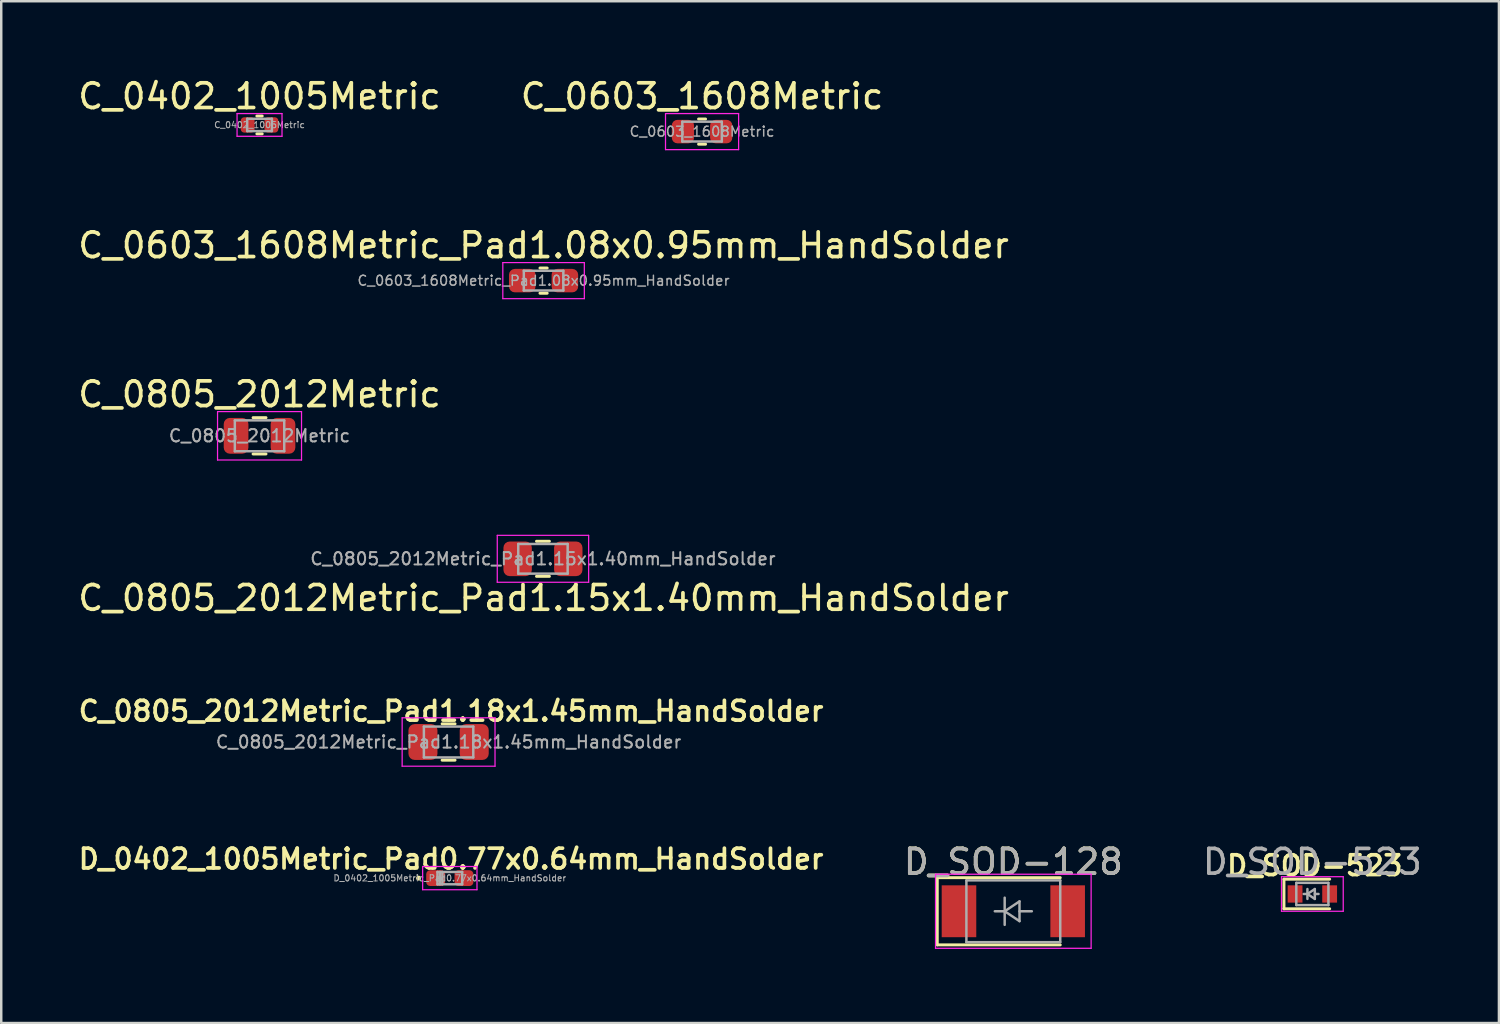
<source format=kicad_pcb>
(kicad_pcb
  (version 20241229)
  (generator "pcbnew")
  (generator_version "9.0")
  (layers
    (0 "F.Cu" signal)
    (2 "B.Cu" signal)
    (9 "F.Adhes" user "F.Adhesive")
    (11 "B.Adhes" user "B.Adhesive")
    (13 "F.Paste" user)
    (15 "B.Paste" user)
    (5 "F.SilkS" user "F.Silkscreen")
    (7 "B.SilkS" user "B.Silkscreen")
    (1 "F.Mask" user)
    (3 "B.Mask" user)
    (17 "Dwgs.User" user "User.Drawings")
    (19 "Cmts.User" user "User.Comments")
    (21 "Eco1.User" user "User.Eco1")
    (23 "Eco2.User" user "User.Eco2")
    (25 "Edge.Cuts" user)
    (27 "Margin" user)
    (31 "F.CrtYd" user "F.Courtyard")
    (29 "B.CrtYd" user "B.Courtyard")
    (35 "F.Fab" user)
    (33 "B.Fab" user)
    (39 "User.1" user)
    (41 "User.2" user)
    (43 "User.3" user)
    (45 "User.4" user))
  (footprint "D_SOD-128"
    (layer "F.Cu")
    (at 37.977 33.845)
    (property "Reference" "D_SOD-128" (at 0 -2 180) (layer "F.SilkS") (effects (font (size 1 1) (thickness 0.15))))
    (attr smd)
    (fp_line (start -3.08 -1.36) (end -3.08 1.36) (stroke (width 0.12) (type solid)) (layer "F.SilkS"))
    (fp_line (start -3.08 -1.36) (end 1.9 -1.36) (stroke (width 0.12) (type solid)) (layer "F.SilkS"))
    (fp_line (start -3.08 1.36) (end 1.9 1.36) (stroke (width 0.12) (type solid)) (layer "F.SilkS"))
    (fp_line (start -3.15 -1.5) (end -3.15 1.5) (stroke (width 0.05) (type solid)) (layer "F.CrtYd"))
    (fp_line (start -3.15 -1.5) (end 3.15 -1.5) (stroke (width 0.05) (type solid)) (layer "F.CrtYd"))
    (fp_line (start 3.15 -1.5) (end 3.15 1.5) (stroke (width 0.05) (type solid)) (layer "F.CrtYd"))
    (fp_line (start 3.15 1.5) (end -3.15 1.5) (stroke (width 0.05) (type solid)) (layer "F.CrtYd"))
    (fp_line (start -1.9 -1.25) (end 1.9 -1.25) (stroke (width 0.1) (type solid)) (layer "F.Fab"))
    (fp_line (start -1.9 1.25) (end -1.9 -1.25) (stroke (width 0.1) (type solid)) (layer "F.Fab"))
    (fp_line (start -0.75 0) (end -0.35 0) (stroke (width 0.1) (type solid)) (layer "F.Fab"))
    (fp_line (start -0.35 0) (end -0.35 -0.55) (stroke (width 0.1) (type solid)) (layer "F.Fab"))
    (fp_line (start -0.35 0) (end -0.35 0.55) (stroke (width 0.1) (type solid)) (layer "F.Fab"))
    (fp_line (start -0.35 0) (end 0.25 -0.4) (stroke (width 0.1) (type solid)) (layer "F.Fab"))
    (fp_line (start 0.25 -0.4) (end 0.25 0.4) (stroke (width 0.1) (type solid)) (layer "F.Fab"))
    (fp_line (start 0.25 0) (end 0.75 0) (stroke (width 0.1) (type solid)) (layer "F.Fab"))
    (fp_line (start 0.25 0.4) (end -0.35 0) (stroke (width 0.1) (type solid)) (layer "F.Fab"))
    (fp_line (start 1.9 -1.25) (end 1.9 1.25) (stroke (width 0.1) (type solid)) (layer "F.Fab"))
    (fp_line (start 1.9 1.25) (end -1.9 1.25) (stroke (width 0.1) (type solid)) (layer "F.Fab"))
    (fp_text user "${REFERENCE}" (at 0 -2 180) (layer "F.Fab") (effects (font (size 1 1) (thickness 0.15))))
    (pad "1" smd rect (at -2.2 0) (size 1.4 2.1) (layers "F.Cu" "F.Mask" "F.Paste"))
    (pad "2" smd rect (at 2.2 0) (size 1.4 2.1) (layers "F.Cu" "F.Mask" "F.Paste")))
  (footprint "C_0805_2012Metric"
    (layer "F.Cu")
    (at 7.458 14.595)
    (property "Reference" "C_0805_2012Metric" (at 0 -1.68 0) (layer "F.SilkS") (effects (font (size 1 1) (thickness 0.15))))
    (attr smd)
    (fp_line (start -0.261 -0.735) (end 0.261 -0.735) (stroke (width 0.12) (type solid)) (layer "F.SilkS"))
    (fp_line (start -0.261 0.735) (end 0.261 0.735) (stroke (width 0.12) (type solid)) (layer "F.SilkS"))
    (fp_line (start -1.7 -0.98) (end 1.7 -0.98) (stroke (width 0.05) (type solid)) (layer "F.CrtYd"))
    (fp_line (start -1.7 0.98) (end -1.7 -0.98) (stroke (width 0.05) (type solid)) (layer "F.CrtYd"))
    (fp_line (start 1.7 -0.98) (end 1.7 0.98) (stroke (width 0.05) (type solid)) (layer "F.CrtYd"))
    (fp_line (start 1.7 0.98) (end -1.7 0.98) (stroke (width 0.05) (type solid)) (layer "F.CrtYd"))
    (fp_line (start -1 -0.625) (end 1 -0.625) (stroke (width 0.1) (type solid)) (layer "F.Fab"))
    (fp_line (start -1 0.625) (end -1 -0.625) (stroke (width 0.1) (type solid)) (layer "F.Fab"))
    (fp_line (start 1 -0.625) (end 1 0.625) (stroke (width 0.1) (type solid)) (layer "F.Fab"))
    (fp_line (start 1 0.625) (end -1 0.625) (stroke (width 0.1) (type solid)) (layer "F.Fab"))
    (fp_text user "${REFERENCE}" (at 0 0 0) (layer "F.Fab") (effects (font (size 0.5 0.5) (thickness 0.08))))
    (pad "1" smd roundrect (at -0.95 0) (size 1 1.45) (layers "F.Cu" "F.Mask" "F.Paste") (roundrect_rratio 0.25))
    (pad "2" smd roundrect (at 0.95 0) (size 1 1.45) (layers "F.Cu" "F.Mask" "F.Paste") (roundrect_rratio 0.25)))
  (footprint "C_0402_1005Metric"
    (layer "F.Cu")
    (at 7.458 2.008)
    (property "Reference" "C_0402_1005Metric" (at 0 -1.16 0) (layer "F.SilkS") (effects (font (size 1 1) (thickness 0.15))))
    (attr smd)
    (fp_line (start -0.108 -0.36) (end 0.108 -0.36) (stroke (width 0.12) (type solid)) (layer "F.SilkS"))
    (fp_line (start -0.108 0.36) (end 0.108 0.36) (stroke (width 0.12) (type solid)) (layer "F.SilkS"))
    (fp_line (start -0.91 -0.46) (end 0.91 -0.46) (stroke (width 0.05) (type solid)) (layer "F.CrtYd"))
    (fp_line (start -0.91 0.46) (end -0.91 -0.46) (stroke (width 0.05) (type solid)) (layer "F.CrtYd"))
    (fp_line (start 0.91 -0.46) (end 0.91 0.46) (stroke (width 0.05) (type solid)) (layer "F.CrtYd"))
    (fp_line (start 0.91 0.46) (end -0.91 0.46) (stroke (width 0.05) (type solid)) (layer "F.CrtYd"))
    (fp_line (start -0.5 -0.25) (end 0.5 -0.25) (stroke (width 0.1) (type solid)) (layer "F.Fab"))
    (fp_line (start -0.5 0.25) (end -0.5 -0.25) (stroke (width 0.1) (type solid)) (layer "F.Fab"))
    (fp_line (start 0.5 -0.25) (end 0.5 0.25) (stroke (width 0.1) (type solid)) (layer "F.Fab"))
    (fp_line (start 0.5 0.25) (end -0.5 0.25) (stroke (width 0.1) (type solid)) (layer "F.Fab"))
    (fp_text user "${REFERENCE}" (at 0 0 0) (layer "F.Fab") (effects (font (size 0.25 0.25) (thickness 0.04))))
    (pad "1" smd roundrect (at -0.48 0) (size 0.56 0.62) (layers "F.Cu" "F.Mask" "F.Paste") (roundrect_rratio 0.25))
    (pad "2" smd roundrect (at 0.48 0) (size 0.56 0.62) (layers "F.Cu" "F.Mask" "F.Paste") (roundrect_rratio 0.25)))
  (footprint "D_SOD-523"
    (layer "F.Cu")
    (at 50.084 33.145)
    (property "Reference" "D_SOD-523" (at 0.1 -1.15 0) (layer "F.SilkS") (effects (font (size 0.8 0.8) (thickness 0.15))))
    (attr smd)
    (fp_line (start -1.15 -0.6) (end -1.15 0.6) (stroke (width 0.12) (type solid)) (layer "F.SilkS"))
    (fp_line (start 0.7 -0.6) (end -1.15 -0.6) (stroke (width 0.12) (type solid)) (layer "F.SilkS"))
    (fp_line (start 0.7 0.6) (end -1.15 0.6) (stroke (width 0.12) (type solid)) (layer "F.SilkS"))
    (fp_line (start -1.25 -0.7) (end 1.25 -0.7) (stroke (width 0.05) (type solid)) (layer "F.CrtYd"))
    (fp_line (start -1.25 0.7) (end -1.25 -0.7) (stroke (width 0.05) (type solid)) (layer "F.CrtYd"))
    (fp_line (start 1.25 -0.7) (end 1.25 0.7) (stroke (width 0.05) (type solid)) (layer "F.CrtYd"))
    (fp_line (start 1.25 0.7) (end -1.25 0.7) (stroke (width 0.05) (type solid)) (layer "F.CrtYd"))
    (fp_line (start -0.65 -0.45) (end 0.65 -0.45) (stroke (width 0.1) (type solid)) (layer "F.Fab"))
    (fp_line (start -0.65 0.45) (end -0.65 -0.45) (stroke (width 0.1) (type solid)) (layer "F.Fab"))
    (fp_line (start -0.2 0) (end -0.35 0) (stroke (width 0.1) (type solid)) (layer "F.Fab"))
    (fp_line (start -0.2 0) (end 0.1 0.2) (stroke (width 0.1) (type solid)) (layer "F.Fab"))
    (fp_line (start -0.2 0.2) (end -0.2 -0.2) (stroke (width 0.1) (type solid)) (layer "F.Fab"))
    (fp_line (start 0.1 -0.2) (end -0.2 0) (stroke (width 0.1) (type solid)) (layer "F.Fab"))
    (fp_line (start 0.1 0) (end 0.25 0) (stroke (width 0.1) (type solid)) (layer "F.Fab"))
    (fp_line (start 0.1 0.2) (end 0.1 -0.2) (stroke (width 0.1) (type solid)) (layer "F.Fab"))
    (fp_line (start 0.65 -0.45) (end 0.65 0.45) (stroke (width 0.1) (type solid)) (layer "F.Fab"))
    (fp_line (start 0.65 0.45) (end -0.65 0.45) (stroke (width 0.1) (type solid)) (layer "F.Fab"))
    (fp_text user "${REFERENCE}" (at 0 -1.3 0) (layer "F.Fab") (effects (font (size 1 1) (thickness 0.15))))
    (pad "1" smd rect (at -0.7 0 180) (size 0.6 0.7) (layers "F.Cu" "F.Mask" "F.Paste"))
    (pad "2" smd rect (at 0.7 0 180) (size 0.6 0.7) (layers "F.Cu" "F.Mask" "F.Paste")))
  (footprint "C_0805_2012Metric_Pad1.18x1.45mm_HandSolder"
    (layer "F.Cu")
    (at 15.112 26.992)
    (property "Reference" "C_0805_2012Metric_Pad1.18x1.45mm_HandSolder" (at 0.1 -1.25 180) (layer "F.SilkS") (effects (font (size 0.8 0.8) (thickness 0.15))))
    (attr smd)
    (fp_line (start -0.261 -0.735) (end 0.261 -0.735) (stroke (width 0.12) (type solid)) (layer "F.SilkS"))
    (fp_line (start -0.261 0.735) (end 0.261 0.735) (stroke (width 0.12) (type solid)) (layer "F.SilkS"))
    (fp_line (start -1.88 -0.98) (end 1.88 -0.98) (stroke (width 0.05) (type solid)) (layer "F.CrtYd"))
    (fp_line (start -1.88 0.98) (end -1.88 -0.98) (stroke (width 0.05) (type solid)) (layer "F.CrtYd"))
    (fp_line (start 1.88 -0.98) (end 1.88 0.98) (stroke (width 0.05) (type solid)) (layer "F.CrtYd"))
    (fp_line (start 1.88 0.98) (end -1.88 0.98) (stroke (width 0.05) (type solid)) (layer "F.CrtYd"))
    (fp_line (start -1 -0.625) (end 1 -0.625) (stroke (width 0.1) (type solid)) (layer "F.Fab"))
    (fp_line (start -1 0.625) (end -1 -0.625) (stroke (width 0.1) (type solid)) (layer "F.Fab"))
    (fp_line (start 1 -0.625) (end 1 0.625) (stroke (width 0.1) (type solid)) (layer "F.Fab"))
    (fp_line (start 1 0.625) (end -1 0.625) (stroke (width 0.1) (type solid)) (layer "F.Fab"))
    (fp_text user "${REFERENCE}" (at 0 0 180) (layer "F.Fab") (effects (font (size 0.5 0.5) (thickness 0.08))))
    (pad "1" smd roundrect (at -1.038 0) (size 1.175 1.45) (layers "F.Cu" "F.Mask" "F.Paste") (roundrect_rratio 0.213))
    (pad "2" smd roundrect (at 1.038 0) (size 1.175 1.45) (layers "F.Cu" "F.Mask" "F.Paste") (roundrect_rratio 0.213)))
  (footprint "C_0603_1608Metric_Pad1.08x0.95mm_HandSolder"
    (layer "F.Cu")
    (at 18.958 8.312)
    (property "Reference" "C_0603_1608Metric_Pad1.08x0.95mm_HandSolder" (at 0 -1.43 0) (layer "F.SilkS") (effects (font (size 1 1) (thickness 0.15))))
    (attr smd)
    (fp_line (start -0.146 -0.51) (end 0.146 -0.51) (stroke (width 0.12) (type solid)) (layer "F.SilkS"))
    (fp_line (start -0.146 0.51) (end 0.146 0.51) (stroke (width 0.12) (type solid)) (layer "F.SilkS"))
    (fp_line (start -1.65 -0.73) (end 1.65 -0.73) (stroke (width 0.05) (type solid)) (layer "F.CrtYd"))
    (fp_line (start -1.65 0.73) (end -1.65 -0.73) (stroke (width 0.05) (type solid)) (layer "F.CrtYd"))
    (fp_line (start 1.65 -0.73) (end 1.65 0.73) (stroke (width 0.05) (type solid)) (layer "F.CrtYd"))
    (fp_line (start 1.65 0.73) (end -1.65 0.73) (stroke (width 0.05) (type solid)) (layer "F.CrtYd"))
    (fp_line (start -0.8 -0.4) (end 0.8 -0.4) (stroke (width 0.1) (type solid)) (layer "F.Fab"))
    (fp_line (start -0.8 0.4) (end -0.8 -0.4) (stroke (width 0.1) (type solid)) (layer "F.Fab"))
    (fp_line (start 0.8 -0.4) (end 0.8 0.4) (stroke (width 0.1) (type solid)) (layer "F.Fab"))
    (fp_line (start 0.8 0.4) (end -0.8 0.4) (stroke (width 0.1) (type solid)) (layer "F.Fab"))
    (fp_text user "${REFERENCE}" (at 0 0 0) (layer "F.Fab") (effects (font (size 0.4 0.4) (thickness 0.06))))
    (pad "1" smd roundrect (at -0.863 0) (size 1.075 0.95) (layers "F.Cu" "F.Mask" "F.Paste") (roundrect_rratio 0.25))
    (pad "2" smd roundrect (at 0.863 0) (size 1.075 0.95) (layers "F.Cu" "F.Mask" "F.Paste") (roundrect_rratio 0.25)))
  (footprint "C_0805_2012Metric_Pad1.15x1.40mm_HandSolder"
    (layer "F.Cu")
    (at 18.933 19.575)
    (property "Reference" "C_0805_2012Metric_Pad1.15x1.40mm_HandSolder" (at 0.025 1.587 0) (layer "F.SilkS") (effects (font (size 1 1) (thickness 0.15))))
    (attr smd)
    (fp_line (start -0.261 -0.71) (end 0.261 -0.71) (stroke (width 0.12) (type solid)) (layer "F.SilkS"))
    (fp_line (start -0.261 0.71) (end 0.261 0.71) (stroke (width 0.12) (type solid)) (layer "F.SilkS"))
    (fp_line (start -1.85 -0.95) (end 1.85 -0.95) (stroke (width 0.05) (type solid)) (layer "F.CrtYd"))
    (fp_line (start -1.85 0.95) (end -1.85 -0.95) (stroke (width 0.05) (type solid)) (layer "F.CrtYd"))
    (fp_line (start 1.85 -0.95) (end 1.85 0.95) (stroke (width 0.05) (type solid)) (layer "F.CrtYd"))
    (fp_line (start 1.85 0.95) (end -1.85 0.95) (stroke (width 0.05) (type solid)) (layer "F.CrtYd"))
    (fp_line (start -1 -0.6) (end 1 -0.6) (stroke (width 0.1) (type solid)) (layer "F.Fab"))
    (fp_line (start -1 0.6) (end -1 -0.6) (stroke (width 0.1) (type solid)) (layer "F.Fab"))
    (fp_line (start 1 -0.6) (end 1 0.6) (stroke (width 0.1) (type solid)) (layer "F.Fab"))
    (fp_line (start 1 0.6) (end -1 0.6) (stroke (width 0.1) (type solid)) (layer "F.Fab"))
    (fp_text user "${REFERENCE}" (at 0 0 0) (layer "F.Fab") (effects (font (size 0.5 0.5) (thickness 0.08))))
    (pad "1" smd roundrect (at -1.025 0) (size 1.15 1.4) (layers "F.Cu" "F.Mask" "F.Paste") (roundrect_rratio 0.217))
    (pad "2" smd roundrect (at 1.025 0) (size 1.15 1.4) (layers "F.Cu" "F.Mask" "F.Paste") (roundrect_rratio 0.217)))
  (footprint "C_0603_1608Metric"
    (layer "F.Cu")
    (at 25.375 2.278)
    (property "Reference" "C_0603_1608Metric" (at 0 -1.43 180) (layer "F.SilkS") (effects (font (size 1 1) (thickness 0.15))))
    (attr smd)
    (fp_line (start -0.141 -0.51) (end 0.141 -0.51) (stroke (width 0.12) (type solid)) (layer "F.SilkS"))
    (fp_line (start -0.141 0.51) (end 0.141 0.51) (stroke (width 0.12) (type solid)) (layer "F.SilkS"))
    (fp_line (start -1.48 -0.73) (end 1.48 -0.73) (stroke (width 0.05) (type solid)) (layer "F.CrtYd"))
    (fp_line (start -1.48 0.73) (end -1.48 -0.73) (stroke (width 0.05) (type solid)) (layer "F.CrtYd"))
    (fp_line (start 1.48 -0.73) (end 1.48 0.73) (stroke (width 0.05) (type solid)) (layer "F.CrtYd"))
    (fp_line (start 1.48 0.73) (end -1.48 0.73) (stroke (width 0.05) (type solid)) (layer "F.CrtYd"))
    (fp_line (start -0.8 -0.4) (end 0.8 -0.4) (stroke (width 0.1) (type solid)) (layer "F.Fab"))
    (fp_line (start -0.8 0.4) (end -0.8 -0.4) (stroke (width 0.1) (type solid)) (layer "F.Fab"))
    (fp_line (start 0.8 -0.4) (end 0.8 0.4) (stroke (width 0.1) (type solid)) (layer "F.Fab"))
    (fp_line (start 0.8 0.4) (end -0.8 0.4) (stroke (width 0.1) (type solid)) (layer "F.Fab"))
    (fp_text user "${REFERENCE}" (at 0 0 180) (layer "F.Fab") (effects (font (size 0.4 0.4) (thickness 0.06))))
    (pad "1" smd roundrect (at -0.775 0) (size 0.9 0.95) (layers "F.Cu" "F.Mask" "F.Paste") (roundrect_rratio 0.25))
    (pad "2" smd roundrect (at 0.775 0) (size 0.9 0.95) (layers "F.Cu" "F.Mask" "F.Paste") (roundrect_rratio 0.25)))
  (footprint "D_0402_1005Metric_Pad0.77x0.64mm_HandSolder"
    (layer "F.Cu")
    (at 15.162 32.503)
    (property "Reference" "D_0402_1005Metric_Pad0.77x0.64mm_HandSolder" (at 0.05 -0.775 180) (layer "F.SilkS") (effects (font (size 0.8 0.8) (thickness 0.15))))
    (attr smd)
    (fp_circle (center -1.265 0) (end -1.215 0) (stroke (width 0.1) (type solid)) (fill no) (layer "F.SilkS"))
    (fp_line (start -1.1 -0.47) (end 1.1 -0.47) (stroke (width 0.05) (type solid)) (layer "F.CrtYd"))
    (fp_line (start -1.1 0.47) (end -1.1 -0.47) (stroke (width 0.05) (type solid)) (layer "F.CrtYd"))
    (fp_line (start 1.1 -0.47) (end 1.1 0.47) (stroke (width 0.05) (type solid)) (layer "F.CrtYd"))
    (fp_line (start 1.1 0.47) (end -1.1 0.47) (stroke (width 0.05) (type solid)) (layer "F.CrtYd"))
    (fp_line (start -0.5 -0.25) (end 0.5 -0.25) (stroke (width 0.1) (type solid)) (layer "F.Fab"))
    (fp_line (start -0.5 0.25) (end -0.5 -0.25) (stroke (width 0.1) (type solid)) (layer "F.Fab"))
    (fp_line (start -0.4 0.25) (end -0.4 -0.25) (stroke (width 0.1) (type solid)) (layer "F.Fab"))
    (fp_line (start -0.3 0.25) (end -0.3 -0.25) (stroke (width 0.1) (type solid)) (layer "F.Fab"))
    (fp_line (start 0.5 -0.25) (end 0.5 0.25) (stroke (width 0.1) (type solid)) (layer "F.Fab"))
    (fp_line (start 0.5 0.25) (end -0.5 0.25) (stroke (width 0.1) (type solid)) (layer "F.Fab"))
    (fp_text user "${REFERENCE}" (at 0 0 180) (layer "F.Fab") (effects (font (size 0.25 0.25) (thickness 0.04))))
    (pad "1" smd roundrect (at -0.573 0 180) (size 0.765 0.64) (layers "F.Cu" "F.Mask" "F.Paste") (roundrect_rratio 0.25))
    (pad "2" smd roundrect (at 0.573 0 180) (size 0.765 0.64) (layers "F.Cu" "F.Mask" "F.Paste") (roundrect_rratio 0.25)))
  (gr_rect
    (start -3 -3)
    (end 57.638 38.37)
    (stroke (width 0.1) (type default))
    (fill no)
    (layer "Edge.Cuts")))
</source>
